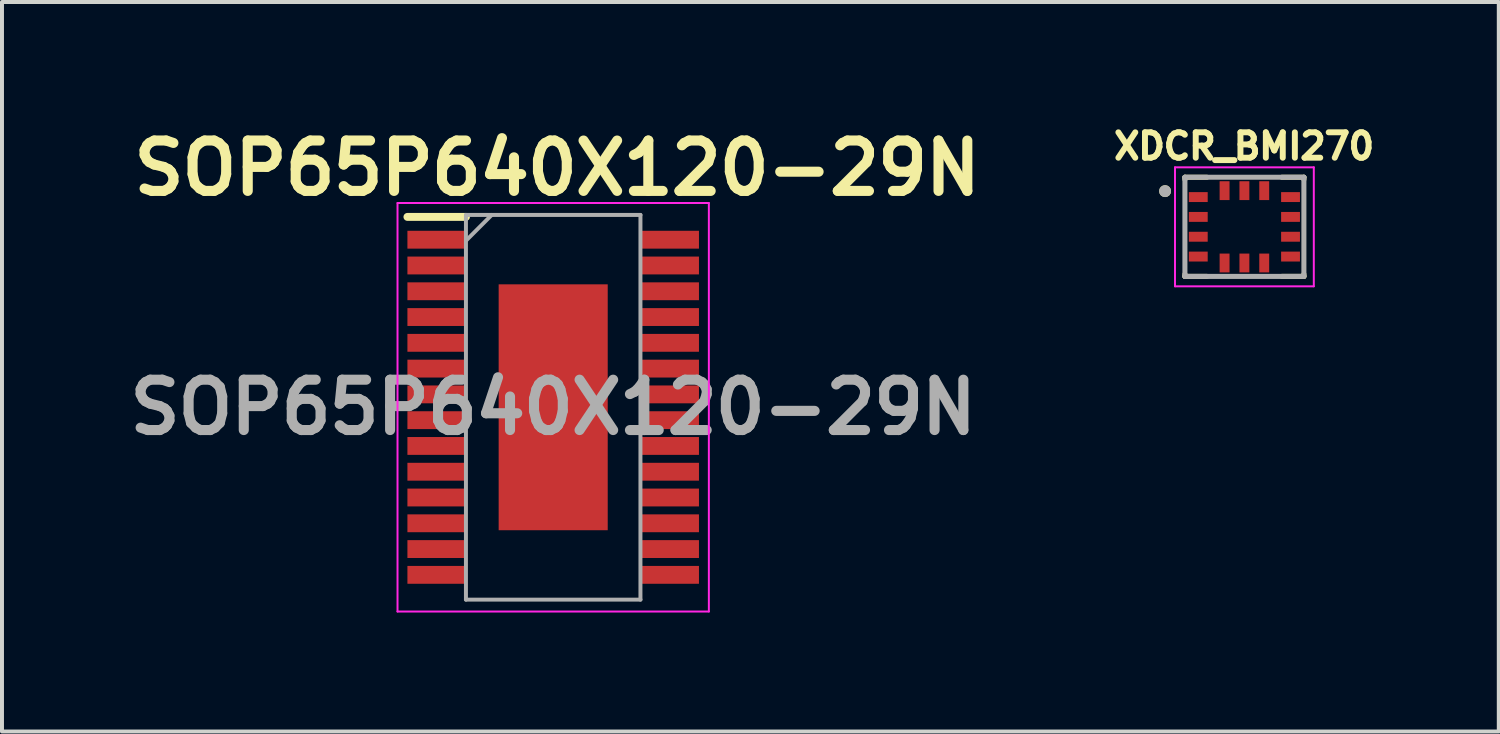
<source format=kicad_pcb>
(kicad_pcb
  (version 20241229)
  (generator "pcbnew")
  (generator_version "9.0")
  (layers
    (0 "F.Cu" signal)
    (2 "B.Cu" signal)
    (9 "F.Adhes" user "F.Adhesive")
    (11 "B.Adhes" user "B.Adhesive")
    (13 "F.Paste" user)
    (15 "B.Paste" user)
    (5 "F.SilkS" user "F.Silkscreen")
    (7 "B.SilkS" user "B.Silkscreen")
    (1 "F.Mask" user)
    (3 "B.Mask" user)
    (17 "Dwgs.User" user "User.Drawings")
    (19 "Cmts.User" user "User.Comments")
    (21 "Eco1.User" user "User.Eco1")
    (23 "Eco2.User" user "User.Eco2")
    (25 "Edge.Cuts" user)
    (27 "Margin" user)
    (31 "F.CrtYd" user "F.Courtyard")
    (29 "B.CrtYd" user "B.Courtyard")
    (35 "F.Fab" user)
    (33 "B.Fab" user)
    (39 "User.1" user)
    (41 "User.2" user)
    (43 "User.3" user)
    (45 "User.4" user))
  (footprint "XDCR_BMI270"
    (layer "F.Cu")
    (at 28.326 2.669)
    (property "Reference" "XDCR_BMI270" (at -0.008 -2.031 0) (layer "F.SilkS") (effects (font (size 0.64 0.64) (thickness 0.15))))
    (attr smd)
    (fp_line (start -1.5 -1.25) (end -1.5 -1.195) (stroke (width 0.127) (type solid)) (layer "F.SilkS"))
    (fp_line (start -1.5 -1.25) (end -0.945 -1.25) (stroke (width 0.127) (type solid)) (layer "F.SilkS"))
    (fp_line (start -1.5 1.195) (end -1.5 1.25) (stroke (width 0.127) (type solid)) (layer "F.SilkS"))
    (fp_line (start -1.5 1.25) (end -0.945 1.25) (stroke (width 0.127) (type solid)) (layer "F.SilkS"))
    (fp_line (start 0.945 -1.25) (end 1.5 -1.25) (stroke (width 0.127) (type solid)) (layer "F.SilkS"))
    (fp_line (start 0.945 1.25) (end 1.5 1.25) (stroke (width 0.127) (type solid)) (layer "F.SilkS"))
    (fp_line (start 1.5 -1.25) (end 1.5 -1.195) (stroke (width 0.127) (type solid)) (layer "F.SilkS"))
    (fp_line (start 1.5 1.195) (end 1.5 1.25) (stroke (width 0.127) (type solid)) (layer "F.SilkS"))
    (fp_circle (center -2 -0.9) (end -1.925 -0.9) (stroke (width 0.15) (type solid)) (fill no) (layer "F.SilkS"))
    (fp_line (start -1.75 -1.5) (end 1.75 -1.5) (stroke (width 0.05) (type solid)) (layer "F.CrtYd"))
    (fp_line (start -1.75 1.5) (end -1.75 -1.5) (stroke (width 0.05) (type solid)) (layer "F.CrtYd"))
    (fp_line (start 1.75 -1.5) (end 1.75 1.5) (stroke (width 0.05) (type solid)) (layer "F.CrtYd"))
    (fp_line (start 1.75 1.5) (end -1.75 1.5) (stroke (width 0.05) (type solid)) (layer "F.CrtYd"))
    (fp_line (start -1.5 -1.25) (end -1.5 1.25) (stroke (width 0.127) (type solid)) (layer "F.Fab"))
    (fp_line (start -1.5 1.25) (end 1.5 1.25) (stroke (width 0.127) (type solid)) (layer "F.Fab"))
    (fp_line (start 1.5 -1.25) (end -1.5 -1.25) (stroke (width 0.127) (type solid)) (layer "F.Fab"))
    (fp_line (start 1.5 1.25) (end 1.5 -1.25) (stroke (width 0.127) (type solid)) (layer "F.Fab"))
    (fp_circle (center -2 -0.9) (end -1.925 -0.9) (stroke (width 0.15) (type solid)) (fill no) (layer "F.Fab"))
    (pad "1" smd rect (at -1.163 -0.75) (size 0.475 0.25) (layers "F.Cu" "F.Mask" "F.Paste"))
    (pad "2" smd rect (at -1.163 -0.25) (size 0.475 0.25) (layers "F.Cu" "F.Mask" "F.Paste"))
    (pad "3" smd rect (at -1.163 0.25) (size 0.475 0.25) (layers "F.Cu" "F.Mask" "F.Paste"))
    (pad "4" smd rect (at -1.163 0.75) (size 0.475 0.25) (layers "F.Cu" "F.Mask" "F.Paste"))
    (pad "5" smd rect (at -0.5 0.912 90) (size 0.475 0.25) (layers "F.Cu" "F.Mask" "F.Paste"))
    (pad "6" smd rect (at 0 0.912 90) (size 0.475 0.25) (layers "F.Cu" "F.Mask" "F.Paste"))
    (pad "7" smd rect (at 0.5 0.912 90) (size 0.475 0.25) (layers "F.Cu" "F.Mask" "F.Paste"))
    (pad "8" smd rect (at 1.163 0.75) (size 0.475 0.25) (layers "F.Cu" "F.Mask" "F.Paste"))
    (pad "9" smd rect (at 1.163 0.25) (size 0.475 0.25) (layers "F.Cu" "F.Mask" "F.Paste"))
    (pad "10" smd rect (at 1.163 -0.25) (size 0.475 0.25) (layers "F.Cu" "F.Mask" "F.Paste"))
    (pad "11" smd rect (at 1.163 -0.75) (size 0.475 0.25) (layers "F.Cu" "F.Mask" "F.Paste"))
    (pad "12" smd rect (at 0.5 -0.912 90) (size 0.475 0.25) (layers "F.Cu" "F.Mask" "F.Paste"))
    (pad "13" smd rect (at 0 -0.912 90) (size 0.475 0.25) (layers "F.Cu" "F.Mask" "F.Paste"))
    (pad "14" smd rect (at -0.5 -0.912 90) (size 0.475 0.25) (layers "F.Cu" "F.Mask" "F.Paste")))
  (footprint "SOP65P640X120-29N"
    (layer "F.Cu")
    (at 10.898 7.219)
    (property "Reference" "SOP65P640X120-29N" (at 0.1 -6.03 0) (layer "F.SilkS") (effects (font (size 1.27 1.27) (thickness 0.254))))
    (attr smd)
    (fp_line (start -3.675 -4.8) (end -2.2 -4.8) (stroke (width 0.2) (type solid)) (layer "F.SilkS"))
    (fp_line (start -3.925 -5.15) (end 3.925 -5.15) (stroke (width 0.05) (type solid)) (layer "F.CrtYd"))
    (fp_line (start -3.925 5.15) (end -3.925 -5.15) (stroke (width 0.05) (type solid)) (layer "F.CrtYd"))
    (fp_line (start 3.925 -5.15) (end 3.925 5.15) (stroke (width 0.05) (type solid)) (layer "F.CrtYd"))
    (fp_line (start 3.925 5.15) (end -3.925 5.15) (stroke (width 0.05) (type solid)) (layer "F.CrtYd"))
    (fp_line (start -2.2 -4.85) (end 2.2 -4.85) (stroke (width 0.1) (type solid)) (layer "F.Fab"))
    (fp_line (start -2.2 -4.2) (end -1.55 -4.85) (stroke (width 0.1) (type solid)) (layer "F.Fab"))
    (fp_line (start -2.2 4.85) (end -2.2 -4.85) (stroke (width 0.1) (type solid)) (layer "F.Fab"))
    (fp_line (start 2.2 -4.85) (end 2.2 4.85) (stroke (width 0.1) (type solid)) (layer "F.Fab"))
    (fp_line (start 2.2 4.85) (end -2.2 4.85) (stroke (width 0.1) (type solid)) (layer "F.Fab"))
    (fp_text user "${REFERENCE}" (at 0 0 0) (layer "F.Fab") (effects (font (size 1.27 1.27) (thickness 0.254))))
    (pad "1" smd rect (at -2.938 -4.225 90) (size 0.45 1.475) (layers "F.Cu" "F.Mask" "F.Paste"))
    (pad "2" smd rect (at -2.938 -3.575 90) (size 0.45 1.475) (layers "F.Cu" "F.Mask" "F.Paste"))
    (pad "3" smd rect (at -2.938 -2.925 90) (size 0.45 1.475) (layers "F.Cu" "F.Mask" "F.Paste"))
    (pad "4" smd rect (at -2.938 -2.275 90) (size 0.45 1.475) (layers "F.Cu" "F.Mask" "F.Paste"))
    (pad "5" smd rect (at -2.938 -1.625 90) (size 0.45 1.475) (layers "F.Cu" "F.Mask" "F.Paste"))
    (pad "6" smd rect (at -2.938 -0.975 90) (size 0.45 1.475) (layers "F.Cu" "F.Mask" "F.Paste"))
    (pad "7" smd rect (at -2.938 -0.325 90) (size 0.45 1.475) (layers "F.Cu" "F.Mask" "F.Paste"))
    (pad "8" smd rect (at -2.938 0.325 90) (size 0.45 1.475) (layers "F.Cu" "F.Mask" "F.Paste"))
    (pad "9" smd rect (at -2.938 0.975 90) (size 0.45 1.475) (layers "F.Cu" "F.Mask" "F.Paste"))
    (pad "10" smd rect (at -2.938 1.625 90) (size 0.45 1.475) (layers "F.Cu" "F.Mask" "F.Paste"))
    (pad "11" smd rect (at -2.938 2.275 90) (size 0.45 1.475) (layers "F.Cu" "F.Mask" "F.Paste"))
    (pad "12" smd rect (at -2.938 2.925 90) (size 0.45 1.475) (layers "F.Cu" "F.Mask" "F.Paste"))
    (pad "13" smd rect (at -2.938 3.575 90) (size 0.45 1.475) (layers "F.Cu" "F.Mask" "F.Paste"))
    (pad "14" smd rect (at -2.938 4.225 90) (size 0.45 1.475) (layers "F.Cu" "F.Mask" "F.Paste"))
    (pad "15" smd rect (at 2.938 4.225 90) (size 0.45 1.475) (layers "F.Cu" "F.Mask" "F.Paste"))
    (pad "16" smd rect (at 2.938 3.575 90) (size 0.45 1.475) (layers "F.Cu" "F.Mask" "F.Paste"))
    (pad "17" smd rect (at 2.938 2.925 90) (size 0.45 1.475) (layers "F.Cu" "F.Mask" "F.Paste"))
    (pad "18" smd rect (at 2.938 2.275 90) (size 0.45 1.475) (layers "F.Cu" "F.Mask" "F.Paste"))
    (pad "19" smd rect (at 2.938 1.625 90) (size 0.45 1.475) (layers "F.Cu" "F.Mask" "F.Paste"))
    (pad "20" smd rect (at 2.938 0.975 90) (size 0.45 1.475) (layers "F.Cu" "F.Mask" "F.Paste"))
    (pad "21" smd rect (at 2.938 0.325 90) (size 0.45 1.475) (layers "F.Cu" "F.Mask" "F.Paste"))
    (pad "22" smd rect (at 2.938 -0.325 90) (size 0.45 1.475) (layers "F.Cu" "F.Mask" "F.Paste"))
    (pad "23" smd rect (at 2.938 -0.975 90) (size 0.45 1.475) (layers "F.Cu" "F.Mask" "F.Paste"))
    (pad "24" smd rect (at 2.938 -1.625 90) (size 0.45 1.475) (layers "F.Cu" "F.Mask" "F.Paste"))
    (pad "25" smd rect (at 2.938 -2.275 90) (size 0.45 1.475) (layers "F.Cu" "F.Mask" "F.Paste"))
    (pad "26" smd rect (at 2.938 -2.925 90) (size 0.45 1.475) (layers "F.Cu" "F.Mask" "F.Paste"))
    (pad "27" smd rect (at 2.938 -3.575 90) (size 0.45 1.475) (layers "F.Cu" "F.Mask" "F.Paste"))
    (pad "28" smd rect (at 2.938 -4.225 90) (size 0.45 1.475) (layers "F.Cu" "F.Mask" "F.Paste"))
    (pad "29" smd rect (at 0 0) (size 2.75 6.2) (layers "F.Cu" "F.Mask" "F.Paste")))
  (gr_rect
    (start -3 -3)
    (end 34.74 15.394)
    (stroke (width 0.1) (type default))
    (fill no)
    (layer "Edge.Cuts")))
</source>
